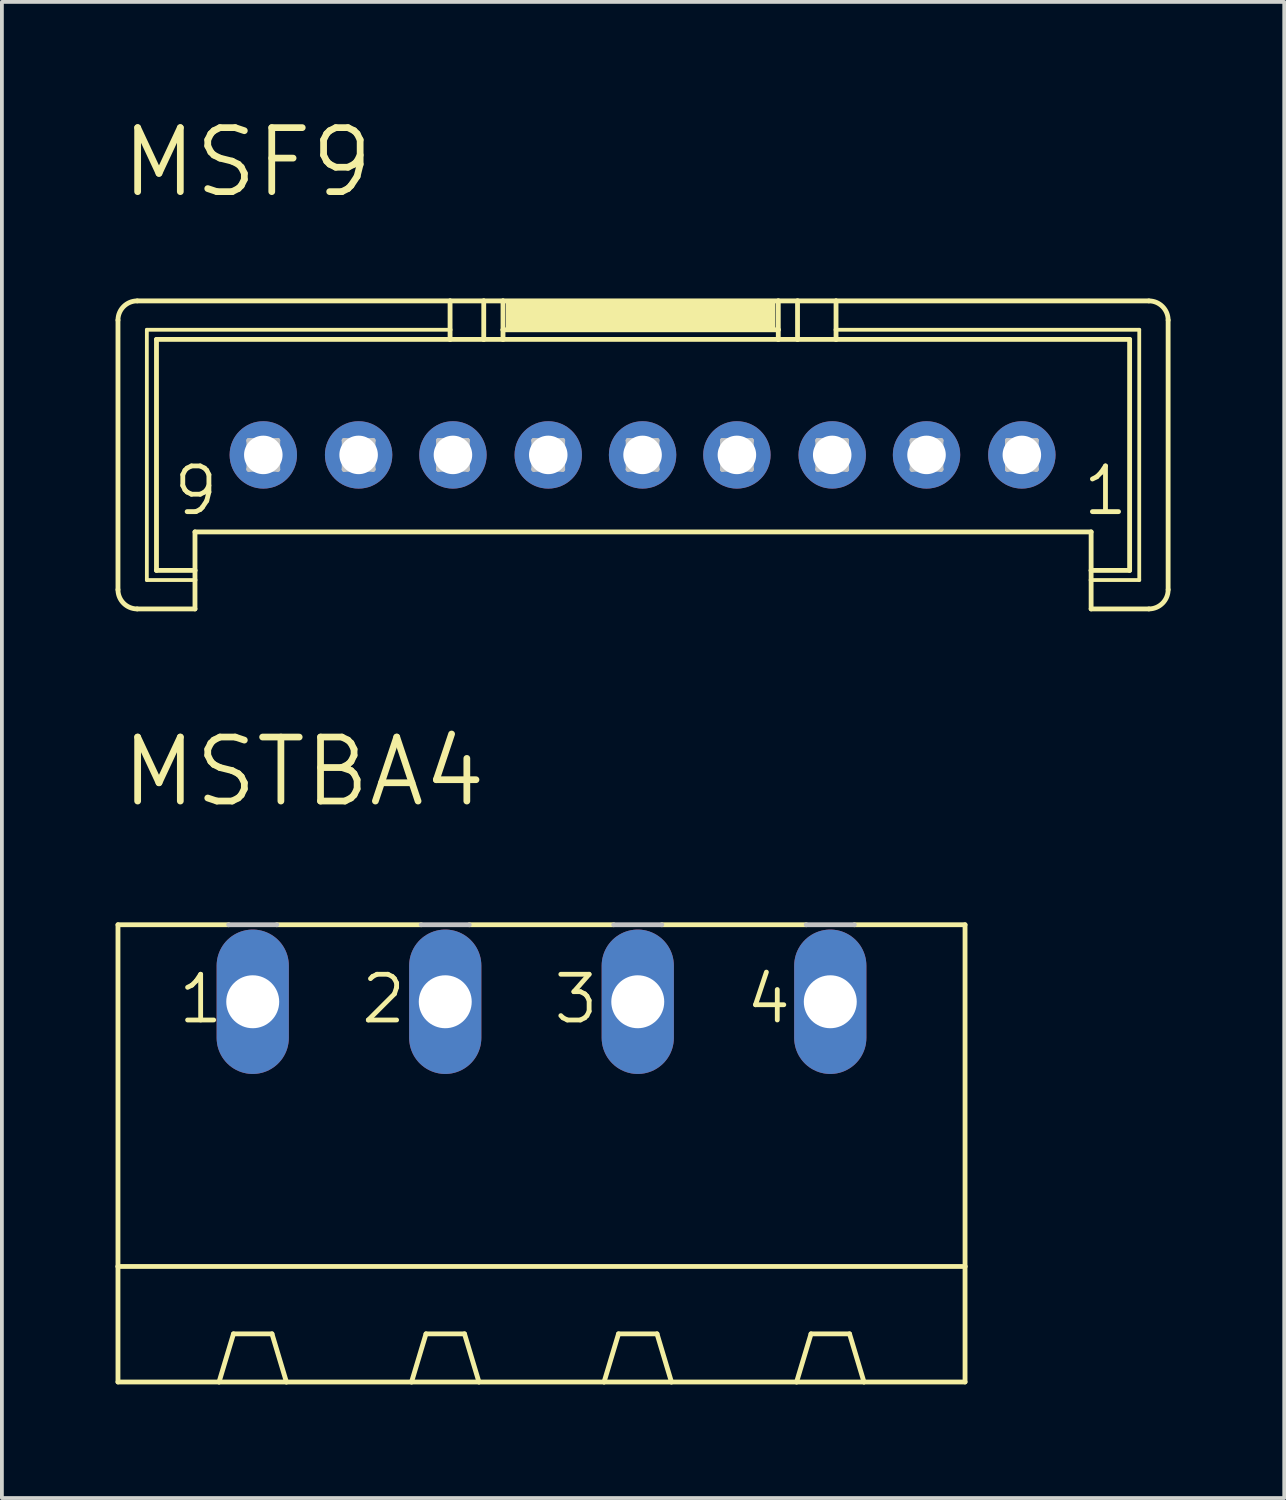
<source format=kicad_pcb>
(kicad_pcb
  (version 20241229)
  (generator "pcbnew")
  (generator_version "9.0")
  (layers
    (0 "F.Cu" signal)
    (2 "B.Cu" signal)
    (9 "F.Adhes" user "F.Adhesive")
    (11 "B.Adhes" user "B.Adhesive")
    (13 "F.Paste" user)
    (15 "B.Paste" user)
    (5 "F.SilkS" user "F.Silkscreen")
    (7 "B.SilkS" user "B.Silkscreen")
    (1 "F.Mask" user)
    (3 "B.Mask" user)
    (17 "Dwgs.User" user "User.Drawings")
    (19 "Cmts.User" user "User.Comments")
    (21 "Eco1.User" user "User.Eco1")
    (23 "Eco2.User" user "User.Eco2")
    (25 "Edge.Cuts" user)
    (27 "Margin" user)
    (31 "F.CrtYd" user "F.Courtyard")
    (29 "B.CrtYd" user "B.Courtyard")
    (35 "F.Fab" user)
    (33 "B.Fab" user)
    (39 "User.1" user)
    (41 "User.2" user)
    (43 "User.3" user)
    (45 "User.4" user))
  (footprint "MSF9"
    (layer "F.Cu")
    (at 13.906 8.954)
    (property "Reference" "MSF9" (at -13.843 -6.731 0) (layer "F.SilkS") (effects (font (size 1.689 1.689) (thickness 0.178)) (justify left bottom)))
    (attr through_hole)
    (fp_line (start -13.843 3.556) (end -13.843 -3.556) (stroke (width 0.127) (type solid)) (layer "F.SilkS"))
    (fp_line (start -13.335 -4.064) (end -5.08 -4.064) (stroke (width 0.127) (type solid)) (layer "F.SilkS"))
    (fp_line (start -13.081 -3.302) (end -5.08 -3.302) (stroke (width 0.1) (type solid)) (layer "F.SilkS"))
    (fp_line (start -13.081 3.302) (end -13.081 -3.302) (stroke (width 0.1) (type solid)) (layer "F.SilkS"))
    (fp_line (start -12.827 -3.048) (end -5.08 -3.048) (stroke (width 0.127) (type solid)) (layer "F.SilkS"))
    (fp_line (start -12.827 3.048) (end -12.827 -3.048) (stroke (width 0.127) (type solid)) (layer "F.SilkS"))
    (fp_line (start -11.811 3.048) (end -12.827 3.048) (stroke (width 0.127) (type solid)) (layer "F.SilkS"))
    (fp_line (start -11.811 3.048) (end -11.811 2.032) (stroke (width 0.127) (type solid)) (layer "F.SilkS"))
    (fp_line (start -11.811 3.048) (end -11.811 3.302) (stroke (width 0.127) (type solid)) (layer "F.SilkS"))
    (fp_line (start -11.811 3.302) (end -13.081 3.302) (stroke (width 0.1) (type solid)) (layer "F.SilkS"))
    (fp_line (start -11.811 3.302) (end -11.811 4.064) (stroke (width 0.127) (type solid)) (layer "F.SilkS"))
    (fp_line (start -11.811 4.064) (end -13.335 4.064) (stroke (width 0.127) (type solid)) (layer "F.SilkS"))
    (fp_line (start -5.08 -4.064) (end -5.08 -3.302) (stroke (width 0.127) (type solid)) (layer "F.SilkS"))
    (fp_line (start -5.08 -4.064) (end -4.191 -4.064) (stroke (width 0.127) (type solid)) (layer "F.SilkS"))
    (fp_line (start -5.08 -3.302) (end -5.08 -3.048) (stroke (width 0.127) (type solid)) (layer "F.SilkS"))
    (fp_line (start -5.08 -3.048) (end -4.191 -3.048) (stroke (width 0.127) (type solid)) (layer "F.SilkS"))
    (fp_line (start -4.191 -4.064) (end -4.191 -3.048) (stroke (width 0.127) (type solid)) (layer "F.SilkS"))
    (fp_line (start -4.191 -4.064) (end -3.683 -4.064) (stroke (width 0.127) (type solid)) (layer "F.SilkS"))
    (fp_line (start -4.191 -3.048) (end -3.683 -3.048) (stroke (width 0.127) (type solid)) (layer "F.SilkS"))
    (fp_line (start -3.683 -4.064) (end -3.683 -3.302) (stroke (width 0.127) (type solid)) (layer "F.SilkS"))
    (fp_line (start -3.683 -4.064) (end 3.581 -4.064) (stroke (width 0.127) (type solid)) (layer "F.SilkS"))
    (fp_line (start -3.683 -3.302) (end -3.683 -3.048) (stroke (width 0.127) (type solid)) (layer "F.SilkS"))
    (fp_line (start -3.683 -3.302) (end 3.581 -3.302) (stroke (width 0.127) (type solid)) (layer "F.SilkS"))
    (fp_line (start -3.683 -3.048) (end 3.581 -3.048) (stroke (width 0.127) (type solid)) (layer "F.SilkS"))
    (fp_line (start 3.581 -4.064) (end 3.581 -3.302) (stroke (width 0.127) (type solid)) (layer "F.SilkS"))
    (fp_line (start 3.581 -4.064) (end 4.089 -4.064) (stroke (width 0.127) (type solid)) (layer "F.SilkS"))
    (fp_line (start 3.581 -3.302) (end 3.581 -3.048) (stroke (width 0.127) (type solid)) (layer "F.SilkS"))
    (fp_line (start 3.581 -3.048) (end 4.089 -3.048) (stroke (width 0.127) (type solid)) (layer "F.SilkS"))
    (fp_line (start 4.089 -4.064) (end 4.089 -3.048) (stroke (width 0.127) (type solid)) (layer "F.SilkS"))
    (fp_line (start 4.089 -4.064) (end 5.105 -4.064) (stroke (width 0.127) (type solid)) (layer "F.SilkS"))
    (fp_line (start 4.089 -3.048) (end 5.105 -3.048) (stroke (width 0.127) (type solid)) (layer "F.SilkS"))
    (fp_line (start 5.105 -4.064) (end 5.105 -3.302) (stroke (width 0.127) (type solid)) (layer "F.SilkS"))
    (fp_line (start 5.105 -4.064) (end 13.36 -4.064) (stroke (width 0.127) (type solid)) (layer "F.SilkS"))
    (fp_line (start 5.105 -3.302) (end 5.105 -3.048) (stroke (width 0.127) (type solid)) (layer "F.SilkS"))
    (fp_line (start 5.105 -3.302) (end 13.106 -3.302) (stroke (width 0.1) (type solid)) (layer "F.SilkS"))
    (fp_line (start 5.105 -3.048) (end 12.852 -3.048) (stroke (width 0.127) (type solid)) (layer "F.SilkS"))
    (fp_line (start 11.836 2.032) (end -11.811 2.032) (stroke (width 0.127) (type solid)) (layer "F.SilkS"))
    (fp_line (start 11.836 3.048) (end 11.836 2.032) (stroke (width 0.127) (type solid)) (layer "F.SilkS"))
    (fp_line (start 11.836 3.302) (end 11.836 3.048) (stroke (width 0.127) (type solid)) (layer "F.SilkS"))
    (fp_line (start 11.836 4.064) (end 11.836 3.302) (stroke (width 0.127) (type solid)) (layer "F.SilkS"))
    (fp_line (start 12.852 -3.048) (end 12.852 3.048) (stroke (width 0.127) (type solid)) (layer "F.SilkS"))
    (fp_line (start 12.852 3.048) (end 11.836 3.048) (stroke (width 0.127) (type solid)) (layer "F.SilkS"))
    (fp_line (start 13.106 -3.302) (end 13.106 3.302) (stroke (width 0.1) (type solid)) (layer "F.SilkS"))
    (fp_line (start 13.106 3.302) (end 11.836 3.302) (stroke (width 0.1) (type solid)) (layer "F.SilkS"))
    (fp_line (start 13.36 4.064) (end 11.836 4.064) (stroke (width 0.127) (type solid)) (layer "F.SilkS"))
    (fp_line (start 13.868 -3.556) (end 13.868 3.556) (stroke (width 0.127) (type solid)) (layer "F.SilkS"))
    (fp_arc (start -13.843 -3.556) (mid -13.69421 -3.91521) (end -13.335 -4.064) (stroke (width 0.127) (type solid)) (layer "F.SilkS"))
    (fp_arc (start -13.335 4.064) (mid -13.69421 3.91521) (end -13.843 3.556) (stroke (width 0.127) (type solid)) (layer "F.SilkS"))
    (fp_arc (start 13.3604 -4.064) (mid 13.71961 -3.91521) (end 13.8684 -3.556) (stroke (width 0.127) (type solid)) (layer "F.SilkS"))
    (fp_arc (start 13.8684 3.556) (mid 13.71961 3.91521) (end 13.3604 4.064) (stroke (width 0.127) (type solid)) (layer "F.SilkS"))
    (fp_poly (pts (xy -3.607 -3.302) (xy 3.505 -3.302) (xy 3.505 -4.064) (xy -3.607 -4.064)) (stroke (width 0) (type solid)) (fill yes) (layer "F.SilkS"))
    (fp_line (start -10.389 -0.381) (end -10.389 0.381) (stroke (width 0.127) (type solid)) (layer "Dwgs.User"))
    (fp_line (start -10.389 -0.381) (end -9.627 0.381) (stroke (width 0.127) (type solid)) (layer "Dwgs.User"))
    (fp_line (start -10.389 0.381) (end -9.627 0.381) (stroke (width 0.127) (type solid)) (layer "Dwgs.User"))
    (fp_line (start -9.627 -0.381) (end -10.389 -0.381) (stroke (width 0.127) (type solid)) (layer "Dwgs.User"))
    (fp_line (start -9.627 -0.381) (end -10.389 0.381) (stroke (width 0.127) (type solid)) (layer "Dwgs.User"))
    (fp_line (start -9.627 0.381) (end -9.627 -0.381) (stroke (width 0.127) (type solid)) (layer "Dwgs.User"))
    (fp_line (start -7.874 -0.381) (end -7.874 0.381) (stroke (width 0.127) (type solid)) (layer "Dwgs.User"))
    (fp_line (start -7.874 -0.381) (end -7.112 0.381) (stroke (width 0.127) (type solid)) (layer "Dwgs.User"))
    (fp_line (start -7.874 0.381) (end -7.112 0.381) (stroke (width 0.127) (type solid)) (layer "Dwgs.User"))
    (fp_line (start -7.112 -0.381) (end -7.874 -0.381) (stroke (width 0.127) (type solid)) (layer "Dwgs.User"))
    (fp_line (start -7.112 -0.381) (end -7.874 0.381) (stroke (width 0.127) (type solid)) (layer "Dwgs.User"))
    (fp_line (start -7.112 0.381) (end -7.112 -0.381) (stroke (width 0.127) (type solid)) (layer "Dwgs.User"))
    (fp_line (start -5.385 -0.381) (end -5.385 0.381) (stroke (width 0.127) (type solid)) (layer "Dwgs.User"))
    (fp_line (start -5.385 -0.381) (end -4.623 0.381) (stroke (width 0.127) (type solid)) (layer "Dwgs.User"))
    (fp_line (start -5.385 0.381) (end -4.623 0.381) (stroke (width 0.127) (type solid)) (layer "Dwgs.User"))
    (fp_line (start -4.623 -0.381) (end -5.385 -0.381) (stroke (width 0.127) (type solid)) (layer "Dwgs.User"))
    (fp_line (start -4.623 -0.381) (end -5.385 0.381) (stroke (width 0.127) (type solid)) (layer "Dwgs.User"))
    (fp_line (start -4.623 0.381) (end -4.623 -0.381) (stroke (width 0.127) (type solid)) (layer "Dwgs.User"))
    (fp_line (start -2.87 -0.381) (end -2.87 0.381) (stroke (width 0.127) (type solid)) (layer "Dwgs.User"))
    (fp_line (start -2.87 -0.381) (end -2.108 0.381) (stroke (width 0.127) (type solid)) (layer "Dwgs.User"))
    (fp_line (start -2.87 0.381) (end -2.108 0.381) (stroke (width 0.127) (type solid)) (layer "Dwgs.User"))
    (fp_line (start -2.108 -0.381) (end -2.87 -0.381) (stroke (width 0.127) (type solid)) (layer "Dwgs.User"))
    (fp_line (start -2.108 -0.381) (end -2.87 0.381) (stroke (width 0.127) (type solid)) (layer "Dwgs.User"))
    (fp_line (start -2.108 0.381) (end -2.108 -0.381) (stroke (width 0.127) (type solid)) (layer "Dwgs.User"))
    (fp_line (start -0.381 -0.381) (end -0.381 0.381) (stroke (width 0.127) (type solid)) (layer "Dwgs.User"))
    (fp_line (start -0.381 -0.381) (end 0.381 0.381) (stroke (width 0.127) (type solid)) (layer "Dwgs.User"))
    (fp_line (start -0.381 0.381) (end 0.381 0.381) (stroke (width 0.127) (type solid)) (layer "Dwgs.User"))
    (fp_line (start 0.381 -0.381) (end -0.381 -0.381) (stroke (width 0.127) (type solid)) (layer "Dwgs.User"))
    (fp_line (start 0.381 -0.381) (end -0.381 0.381) (stroke (width 0.127) (type solid)) (layer "Dwgs.User"))
    (fp_line (start 0.381 0.381) (end 0.381 -0.381) (stroke (width 0.127) (type solid)) (layer "Dwgs.User"))
    (fp_line (start 2.108 -0.381) (end 2.108 0.381) (stroke (width 0.127) (type solid)) (layer "Dwgs.User"))
    (fp_line (start 2.108 -0.381) (end 2.87 0.381) (stroke (width 0.127) (type solid)) (layer "Dwgs.User"))
    (fp_line (start 2.108 0.381) (end 2.87 0.381) (stroke (width 0.127) (type solid)) (layer "Dwgs.User"))
    (fp_line (start 2.87 -0.381) (end 2.108 -0.381) (stroke (width 0.127) (type solid)) (layer "Dwgs.User"))
    (fp_line (start 2.87 -0.381) (end 2.108 0.381) (stroke (width 0.127) (type solid)) (layer "Dwgs.User"))
    (fp_line (start 2.87 0.381) (end 2.87 -0.381) (stroke (width 0.127) (type solid)) (layer "Dwgs.User"))
    (fp_line (start 4.623 -0.381) (end 4.623 0.381) (stroke (width 0.127) (type solid)) (layer "Dwgs.User"))
    (fp_line (start 4.623 -0.381) (end 5.385 0.381) (stroke (width 0.127) (type solid)) (layer "Dwgs.User"))
    (fp_line (start 4.623 0.381) (end 5.385 0.381) (stroke (width 0.127) (type solid)) (layer "Dwgs.User"))
    (fp_line (start 5.385 -0.381) (end 4.623 -0.381) (stroke (width 0.127) (type solid)) (layer "Dwgs.User"))
    (fp_line (start 5.385 -0.381) (end 4.623 0.381) (stroke (width 0.127) (type solid)) (layer "Dwgs.User"))
    (fp_line (start 5.385 0.381) (end 5.385 -0.381) (stroke (width 0.127) (type solid)) (layer "Dwgs.User"))
    (fp_line (start 7.112 -0.381) (end 7.112 0.381) (stroke (width 0.127) (type solid)) (layer "Dwgs.User"))
    (fp_line (start 7.112 -0.381) (end 7.874 0.381) (stroke (width 0.127) (type solid)) (layer "Dwgs.User"))
    (fp_line (start 7.112 0.381) (end 7.874 0.381) (stroke (width 0.127) (type solid)) (layer "Dwgs.User"))
    (fp_line (start 7.874 -0.381) (end 7.112 -0.381) (stroke (width 0.127) (type solid)) (layer "Dwgs.User"))
    (fp_line (start 7.874 -0.381) (end 7.112 0.381) (stroke (width 0.127) (type solid)) (layer "Dwgs.User"))
    (fp_line (start 7.874 0.381) (end 7.874 -0.381) (stroke (width 0.127) (type solid)) (layer "Dwgs.User"))
    (fp_line (start 9.627 -0.381) (end 9.627 0.381) (stroke (width 0.127) (type solid)) (layer "Dwgs.User"))
    (fp_line (start 9.627 -0.381) (end 10.389 0.381) (stroke (width 0.127) (type solid)) (layer "Dwgs.User"))
    (fp_line (start 9.627 0.381) (end 10.389 0.381) (stroke (width 0.127) (type solid)) (layer "Dwgs.User"))
    (fp_line (start 10.389 -0.381) (end 9.627 -0.381) (stroke (width 0.127) (type solid)) (layer "Dwgs.User"))
    (fp_line (start 10.389 -0.381) (end 9.627 0.381) (stroke (width 0.127) (type solid)) (layer "Dwgs.User"))
    (fp_line (start 10.389 0.381) (end 10.389 -0.381) (stroke (width 0.127) (type solid)) (layer "Dwgs.User"))
    (fp_text user "1" (at 11.557 1.651 0) (layer "F.SilkS") (effects (font (size 1.206 1.206) (thickness 0.127)) (justify left bottom)))
    (fp_text user "9" (at -12.446 1.651 0) (layer "F.SilkS") (effects (font (size 1.206 1.206) (thickness 0.127)) (justify left bottom)))
    (pad "1" thru_hole oval (at 10.008 0) (size 1.778 1.778) (drill 1.016) (layers "*.Cu" "*.Mask"))
    (pad "2" thru_hole oval (at 7.493 0) (size 1.778 1.778) (drill 1.016) (layers "*.Cu" "*.Mask"))
    (pad "3" thru_hole oval (at 5.004 0) (size 1.778 1.778) (drill 1.016) (layers "*.Cu" "*.Mask"))
    (pad "4" thru_hole oval (at 2.489 0) (size 1.778 1.778) (drill 1.016) (layers "*.Cu" "*.Mask"))
    (pad "5" thru_hole oval (at 0 0) (size 1.778 1.778) (drill 1.016) (layers "*.Cu" "*.Mask"))
    (pad "6" thru_hole oval (at -2.489 0) (size 1.778 1.778) (drill 1.016) (layers "*.Cu" "*.Mask"))
    (pad "7" thru_hole oval (at -5.004 0) (size 1.778 1.778) (drill 1.016) (layers "*.Cu" "*.Mask"))
    (pad "8" thru_hole oval (at -7.493 0) (size 1.778 1.778) (drill 1.016) (layers "*.Cu" "*.Mask"))
    (pad "9" thru_hole oval (at -10.008 0) (size 1.778 1.778) (drill 1.016) (layers "*.Cu" "*.Mask")))
  (footprint "MSTBA4"
    (layer "F.Cu")
    (at 11.239 25.924)
    (property "Reference" "MSTBA4" (at -11.176 -7.62 0) (layer "F.SilkS") (effects (font (size 1.689 1.689) (thickness 0.178)) (justify left bottom)))
    (attr through_hole)
    (fp_line (start -11.176 -4.572) (end -11.176 4.445) (stroke (width 0.127) (type solid)) (layer "F.SilkS"))
    (fp_line (start -11.176 -4.572) (end -8.255 -4.572) (stroke (width 0.127) (type solid)) (layer "F.SilkS"))
    (fp_line (start -11.176 4.445) (end -11.176 7.493) (stroke (width 0.127) (type solid)) (layer "F.SilkS"))
    (fp_line (start -11.176 4.445) (end 11.176 4.445) (stroke (width 0.127) (type solid)) (layer "F.SilkS"))
    (fp_line (start -11.176 7.493) (end -8.509 7.493) (stroke (width 0.127) (type solid)) (layer "F.SilkS"))
    (fp_line (start -8.509 7.493) (end -8.128 6.223) (stroke (width 0.127) (type solid)) (layer "F.SilkS"))
    (fp_line (start -8.509 7.493) (end -6.731 7.493) (stroke (width 0.127) (type solid)) (layer "F.SilkS"))
    (fp_line (start -7.112 6.223) (end -8.128 6.223) (stroke (width 0.127) (type solid)) (layer "F.SilkS"))
    (fp_line (start -6.985 -4.572) (end -3.175 -4.572) (stroke (width 0.127) (type solid)) (layer "F.SilkS"))
    (fp_line (start -6.731 7.493) (end -7.112 6.223) (stroke (width 0.127) (type solid)) (layer "F.SilkS"))
    (fp_line (start -6.731 7.493) (end -3.429 7.493) (stroke (width 0.127) (type solid)) (layer "F.SilkS"))
    (fp_line (start -3.429 7.493) (end -3.048 6.223) (stroke (width 0.127) (type solid)) (layer "F.SilkS"))
    (fp_line (start -3.429 7.493) (end -1.651 7.493) (stroke (width 0.127) (type solid)) (layer "F.SilkS"))
    (fp_line (start -3.048 6.223) (end -2.032 6.223) (stroke (width 0.127) (type solid)) (layer "F.SilkS"))
    (fp_line (start -1.905 -4.572) (end 1.905 -4.572) (stroke (width 0.127) (type solid)) (layer "F.SilkS"))
    (fp_line (start -1.651 7.493) (end -2.032 6.223) (stroke (width 0.127) (type solid)) (layer "F.SilkS"))
    (fp_line (start -1.651 7.493) (end 1.651 7.493) (stroke (width 0.127) (type solid)) (layer "F.SilkS"))
    (fp_line (start 1.651 7.493) (end 2.032 6.223) (stroke (width 0.127) (type solid)) (layer "F.SilkS"))
    (fp_line (start 1.651 7.493) (end 3.429 7.493) (stroke (width 0.127) (type solid)) (layer "F.SilkS"))
    (fp_line (start 2.032 6.223) (end 3.048 6.223) (stroke (width 0.127) (type solid)) (layer "F.SilkS"))
    (fp_line (start 3.175 -4.572) (end 6.985 -4.572) (stroke (width 0.127) (type solid)) (layer "F.SilkS"))
    (fp_line (start 3.429 7.493) (end 3.048 6.223) (stroke (width 0.127) (type solid)) (layer "F.SilkS"))
    (fp_line (start 3.429 7.493) (end 6.731 7.493) (stroke (width 0.127) (type solid)) (layer "F.SilkS"))
    (fp_line (start 6.731 7.493) (end 7.112 6.223) (stroke (width 0.127) (type solid)) (layer "F.SilkS"))
    (fp_line (start 6.731 7.493) (end 8.509 7.493) (stroke (width 0.127) (type solid)) (layer "F.SilkS"))
    (fp_line (start 7.112 6.223) (end 8.128 6.223) (stroke (width 0.127) (type solid)) (layer "F.SilkS"))
    (fp_line (start 8.255 -4.572) (end 11.176 -4.572) (stroke (width 0.127) (type solid)) (layer "F.SilkS"))
    (fp_line (start 8.509 7.493) (end 8.128 6.223) (stroke (width 0.127) (type solid)) (layer "F.SilkS"))
    (fp_line (start 8.509 7.493) (end 11.176 7.493) (stroke (width 0.127) (type solid)) (layer "F.SilkS"))
    (fp_line (start 11.176 -4.572) (end 11.176 4.445) (stroke (width 0.127) (type solid)) (layer "F.SilkS"))
    (fp_line (start 11.176 4.445) (end 11.176 7.493) (stroke (width 0.127) (type solid)) (layer "F.SilkS"))
    (fp_line (start -8.255 -4.572) (end -6.985 -4.572) (stroke (width 0.127) (type solid)) (layer "Dwgs.User"))
    (fp_line (start -3.175 -4.572) (end -1.905 -4.572) (stroke (width 0.127) (type solid)) (layer "Dwgs.User"))
    (fp_line (start 1.905 -4.572) (end 3.175 -4.572) (stroke (width 0.127) (type solid)) (layer "Dwgs.User"))
    (fp_line (start 6.985 -4.572) (end 8.255 -4.572) (stroke (width 0.127) (type solid)) (layer "Dwgs.User"))
    (fp_text user "3" (at 0.254 -1.905 0) (layer "F.SilkS") (effects (font (size 1.206 1.206) (thickness 0.127)) (justify left bottom)))
    (fp_text user "1" (at -9.652 -1.905 0) (layer "F.SilkS") (effects (font (size 1.206 1.206) (thickness 0.127)) (justify left bottom)))
    (fp_text user "2" (at -4.826 -1.905 0) (layer "F.SilkS") (effects (font (size 1.206 1.206) (thickness 0.127)) (justify left bottom)))
    (fp_text user "4" (at 5.334 -1.905 0) (layer "F.SilkS") (effects (font (size 1.206 1.206) (thickness 0.127)) (justify left bottom)))
    (pad "1" thru_hole oval (at -7.62 -2.54 90) (size 3.81 1.905) (drill 1.397) (layers "*.Cu" "*.Mask"))
    (pad "2" thru_hole oval (at -2.54 -2.54 90) (size 3.81 1.905) (drill 1.397) (layers "*.Cu" "*.Mask"))
    (pad "3" thru_hole oval (at 2.54 -2.54 90) (size 3.81 1.905) (drill 1.397) (layers "*.Cu" "*.Mask"))
    (pad "4" thru_hole oval (at 7.62 -2.54 90) (size 3.81 1.905) (drill 1.397) (layers "*.Cu" "*.Mask")))
  (gr_rect
    (start -3 -3)
    (end 30.838 36.48)
    (stroke (width 0.1) (type default))
    (fill no)
    (layer "Edge.Cuts")))
</source>
